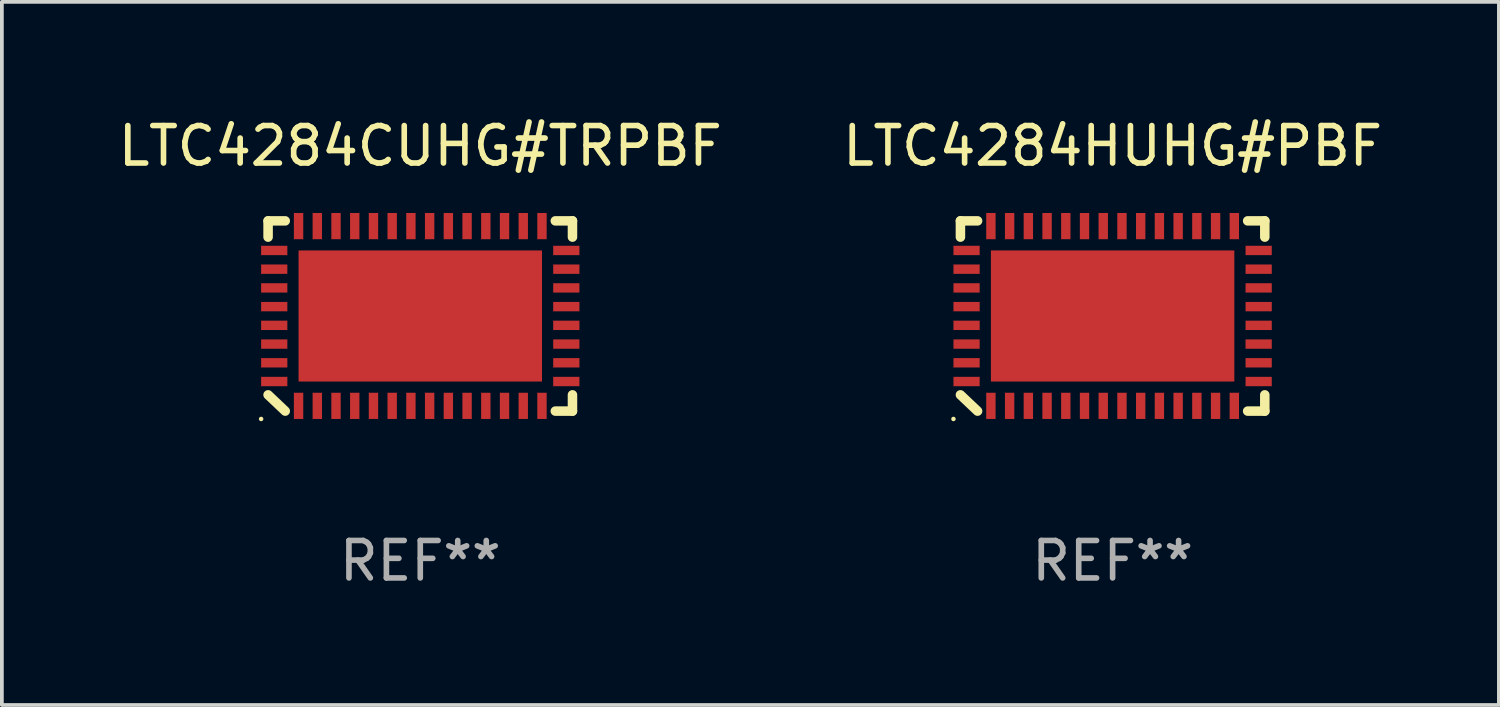
<source format=kicad_pcb>
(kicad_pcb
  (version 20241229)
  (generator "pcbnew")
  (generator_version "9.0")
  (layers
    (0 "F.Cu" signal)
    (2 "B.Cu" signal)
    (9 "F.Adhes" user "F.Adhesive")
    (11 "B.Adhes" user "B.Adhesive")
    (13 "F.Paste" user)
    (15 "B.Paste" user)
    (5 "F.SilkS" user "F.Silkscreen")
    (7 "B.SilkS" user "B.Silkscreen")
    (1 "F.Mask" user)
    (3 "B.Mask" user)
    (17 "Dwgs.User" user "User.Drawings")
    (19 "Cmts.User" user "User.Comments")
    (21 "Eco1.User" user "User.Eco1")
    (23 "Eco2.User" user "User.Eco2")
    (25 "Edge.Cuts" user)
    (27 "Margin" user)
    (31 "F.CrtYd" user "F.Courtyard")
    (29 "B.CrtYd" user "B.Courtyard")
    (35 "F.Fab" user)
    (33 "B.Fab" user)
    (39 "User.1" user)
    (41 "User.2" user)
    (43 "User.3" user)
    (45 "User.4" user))
  (footprint "LTC4284CUHG#TRPBF"
    (layer "F.Cu")
    (at 8.173 5.388)
    (property "Reference" "LTC4284CUHG#TRPBF" (at 0 -4.54 0) (layer "F.SilkS") (effects (font (size 1 1) (thickness 0.15))))
    (attr through_hole)
    (fp_line (start -4.064 -2.54) (end -3.606 -2.54) (stroke (width 0.254) (type solid)) (layer "F.SilkS"))
    (fp_line (start -4.064 -2.106) (end -4.064 -2.54) (stroke (width 0.254) (type solid)) (layer "F.SilkS"))
    (fp_line (start -3.606 2.54) (end -4.064 2.106) (stroke (width 0.254) (type solid)) (layer "F.SilkS"))
    (fp_line (start 3.606 -2.54) (end 4.064 -2.54) (stroke (width 0.254) (type solid)) (layer "F.SilkS"))
    (fp_line (start 4.064 -2.54) (end 4.064 -2.106) (stroke (width 0.254) (type solid)) (layer "F.SilkS"))
    (fp_line (start 4.064 2.106) (end 4.064 2.54) (stroke (width 0.254) (type solid)) (layer "F.SilkS"))
    (fp_line (start 4.064 2.54) (end 3.606 2.54) (stroke (width 0.254) (type solid)) (layer "F.SilkS"))
    (fp_circle (center -4.25 2.75) (end -4.22 2.75) (stroke (width 0.06) (type solid)) (fill no) (layer "F.SilkS"))
    (fp_text user "REF**" (at 0 6.54 0) (layer "F.Fab") (effects (font (size 1 1) (thickness 0.15))))
    (pad "1" smd rect (at -3.25 2.4) (size 0.25 0.7) (layers "F.Cu" "F.Mask" "F.Paste"))
    (pad "2" smd rect (at -2.75 2.4) (size 0.25 0.7) (layers "F.Cu" "F.Mask" "F.Paste"))
    (pad "3" smd rect (at -2.25 2.4) (size 0.25 0.7) (layers "F.Cu" "F.Mask" "F.Paste"))
    (pad "4" smd rect (at -1.75 2.4) (size 0.25 0.7) (layers "F.Cu" "F.Mask" "F.Paste"))
    (pad "5" smd rect (at -1.25 2.4) (size 0.25 0.7) (layers "F.Cu" "F.Mask" "F.Paste"))
    (pad "6" smd rect (at -0.75 2.4) (size 0.25 0.7) (layers "F.Cu" "F.Mask" "F.Paste"))
    (pad "7" smd rect (at -0.25 2.4) (size 0.25 0.7) (layers "F.Cu" "F.Mask" "F.Paste"))
    (pad "8" smd rect (at 0.25 2.4) (size 0.25 0.7) (layers "F.Cu" "F.Mask" "F.Paste"))
    (pad "9" smd rect (at 0.75 2.4) (size 0.25 0.7) (layers "F.Cu" "F.Mask" "F.Paste"))
    (pad "10" smd rect (at 1.25 2.4) (size 0.25 0.7) (layers "F.Cu" "F.Mask" "F.Paste"))
    (pad "11" smd rect (at 1.75 2.4) (size 0.25 0.7) (layers "F.Cu" "F.Mask" "F.Paste"))
    (pad "12" smd rect (at 2.25 2.4) (size 0.25 0.7) (layers "F.Cu" "F.Mask" "F.Paste"))
    (pad "13" smd rect (at 2.75 2.4) (size 0.25 0.7) (layers "F.Cu" "F.Mask" "F.Paste"))
    (pad "14" smd rect (at 3.25 2.4) (size 0.25 0.7) (layers "F.Cu" "F.Mask" "F.Paste"))
    (pad "15" smd rect (at 3.9 1.75 270) (size 0.25 0.7) (layers "F.Cu" "F.Mask" "F.Paste"))
    (pad "16" smd rect (at 3.9 1.25 270) (size 0.25 0.7) (layers "F.Cu" "F.Mask" "F.Paste"))
    (pad "17" smd rect (at 3.9 0.75 270) (size 0.25 0.7) (layers "F.Cu" "F.Mask" "F.Paste"))
    (pad "18" smd rect (at 3.9 0.25 270) (size 0.25 0.7) (layers "F.Cu" "F.Mask" "F.Paste"))
    (pad "19" smd rect (at 3.9 -0.25 270) (size 0.25 0.7) (layers "F.Cu" "F.Mask" "F.Paste"))
    (pad "20" smd rect (at 3.9 -0.75 270) (size 0.25 0.7) (layers "F.Cu" "F.Mask" "F.Paste"))
    (pad "21" smd rect (at 3.9 -1.25 270) (size 0.25 0.7) (layers "F.Cu" "F.Mask" "F.Paste"))
    (pad "22" smd rect (at 3.9 -1.75 270) (size 0.25 0.7) (layers "F.Cu" "F.Mask" "F.Paste"))
    (pad "23" smd rect (at 3.25 -2.4) (size 0.25 0.7) (layers "F.Cu" "F.Mask" "F.Paste"))
    (pad "24" smd rect (at 2.75 -2.4) (size 0.25 0.7) (layers "F.Cu" "F.Mask" "F.Paste"))
    (pad "25" smd rect (at 2.25 -2.4) (size 0.25 0.7) (layers "F.Cu" "F.Mask" "F.Paste"))
    (pad "26" smd rect (at 1.75 -2.4) (size 0.25 0.7) (layers "F.Cu" "F.Mask" "F.Paste"))
    (pad "27" smd rect (at 1.25 -2.4) (size 0.25 0.7) (layers "F.Cu" "F.Mask" "F.Paste"))
    (pad "28" smd rect (at 0.75 -2.4) (size 0.25 0.7) (layers "F.Cu" "F.Mask" "F.Paste"))
    (pad "29" smd rect (at 0.25 -2.4) (size 0.25 0.7) (layers "F.Cu" "F.Mask" "F.Paste"))
    (pad "30" smd rect (at -0.25 -2.4) (size 0.25 0.7) (layers "F.Cu" "F.Mask" "F.Paste"))
    (pad "31" smd rect (at -0.75 -2.4) (size 0.25 0.7) (layers "F.Cu" "F.Mask" "F.Paste"))
    (pad "32" smd rect (at -1.25 -2.4) (size 0.25 0.7) (layers "F.Cu" "F.Mask" "F.Paste"))
    (pad "33" smd rect (at -1.75 -2.4) (size 0.25 0.7) (layers "F.Cu" "F.Mask" "F.Paste"))
    (pad "34" smd rect (at -2.25 -2.4) (size 0.25 0.7) (layers "F.Cu" "F.Mask" "F.Paste"))
    (pad "35" smd rect (at -2.75 -2.4) (size 0.25 0.7) (layers "F.Cu" "F.Mask" "F.Paste"))
    (pad "36" smd rect (at -3.25 -2.4) (size 0.25 0.7) (layers "F.Cu" "F.Mask" "F.Paste"))
    (pad "37" smd rect (at -3.9 -1.75 270) (size 0.25 0.7) (layers "F.Cu" "F.Mask" "F.Paste"))
    (pad "38" smd rect (at -3.9 -1.25 270) (size 0.25 0.7) (layers "F.Cu" "F.Mask" "F.Paste"))
    (pad "39" smd rect (at -3.9 -0.75 270) (size 0.25 0.7) (layers "F.Cu" "F.Mask" "F.Paste"))
    (pad "40" smd rect (at -3.9 -0.25 270) (size 0.25 0.7) (layers "F.Cu" "F.Mask" "F.Paste"))
    (pad "41" smd rect (at -3.9 0.25 270) (size 0.25 0.7) (layers "F.Cu" "F.Mask" "F.Paste"))
    (pad "42" smd rect (at -3.9 0.75 270) (size 0.25 0.7) (layers "F.Cu" "F.Mask" "F.Paste"))
    (pad "43" smd rect (at -3.9 1.25 270) (size 0.25 0.7) (layers "F.Cu" "F.Mask" "F.Paste"))
    (pad "44" smd rect (at -3.9 1.75 270) (size 0.25 0.7) (layers "F.Cu" "F.Mask" "F.Paste"))
    (pad "45" smd rect (at 0 0 270) (size 3.5 6.5) (layers "F.Cu" "F.Mask" "F.Paste")))
  (footprint "LTC4284HUHG#PBF"
    (layer "F.Cu")
    (at 26.661 5.388)
    (property "Reference" "LTC4284HUHG#PBF" (at 0 -4.54 0) (layer "F.SilkS") (effects (font (size 1 1) (thickness 0.15))))
    (attr through_hole)
    (fp_line (start -4.064 -2.54) (end -3.606 -2.54) (stroke (width 0.254) (type solid)) (layer "F.SilkS"))
    (fp_line (start -4.064 -2.106) (end -4.064 -2.54) (stroke (width 0.254) (type solid)) (layer "F.SilkS"))
    (fp_line (start -3.606 2.54) (end -4.064 2.106) (stroke (width 0.254) (type solid)) (layer "F.SilkS"))
    (fp_line (start 3.606 -2.54) (end 4.064 -2.54) (stroke (width 0.254) (type solid)) (layer "F.SilkS"))
    (fp_line (start 4.064 -2.54) (end 4.064 -2.106) (stroke (width 0.254) (type solid)) (layer "F.SilkS"))
    (fp_line (start 4.064 2.106) (end 4.064 2.54) (stroke (width 0.254) (type solid)) (layer "F.SilkS"))
    (fp_line (start 4.064 2.54) (end 3.606 2.54) (stroke (width 0.254) (type solid)) (layer "F.SilkS"))
    (fp_circle (center -4.25 2.75) (end -4.22 2.75) (stroke (width 0.06) (type solid)) (fill no) (layer "F.SilkS"))
    (fp_text user "REF**" (at 0 6.54 0) (layer "F.Fab") (effects (font (size 1 1) (thickness 0.15))))
    (pad "1" smd rect (at -3.25 2.4) (size 0.25 0.7) (layers "F.Cu" "F.Mask" "F.Paste"))
    (pad "2" smd rect (at -2.75 2.4) (size 0.25 0.7) (layers "F.Cu" "F.Mask" "F.Paste"))
    (pad "3" smd rect (at -2.25 2.4) (size 0.25 0.7) (layers "F.Cu" "F.Mask" "F.Paste"))
    (pad "4" smd rect (at -1.75 2.4) (size 0.25 0.7) (layers "F.Cu" "F.Mask" "F.Paste"))
    (pad "5" smd rect (at -1.25 2.4) (size 0.25 0.7) (layers "F.Cu" "F.Mask" "F.Paste"))
    (pad "6" smd rect (at -0.75 2.4) (size 0.25 0.7) (layers "F.Cu" "F.Mask" "F.Paste"))
    (pad "7" smd rect (at -0.25 2.4) (size 0.25 0.7) (layers "F.Cu" "F.Mask" "F.Paste"))
    (pad "8" smd rect (at 0.25 2.4) (size 0.25 0.7) (layers "F.Cu" "F.Mask" "F.Paste"))
    (pad "9" smd rect (at 0.75 2.4) (size 0.25 0.7) (layers "F.Cu" "F.Mask" "F.Paste"))
    (pad "10" smd rect (at 1.25 2.4) (size 0.25 0.7) (layers "F.Cu" "F.Mask" "F.Paste"))
    (pad "11" smd rect (at 1.75 2.4) (size 0.25 0.7) (layers "F.Cu" "F.Mask" "F.Paste"))
    (pad "12" smd rect (at 2.25 2.4) (size 0.25 0.7) (layers "F.Cu" "F.Mask" "F.Paste"))
    (pad "13" smd rect (at 2.75 2.4) (size 0.25 0.7) (layers "F.Cu" "F.Mask" "F.Paste"))
    (pad "14" smd rect (at 3.25 2.4) (size 0.25 0.7) (layers "F.Cu" "F.Mask" "F.Paste"))
    (pad "15" smd rect (at 3.9 1.75 270) (size 0.25 0.7) (layers "F.Cu" "F.Mask" "F.Paste"))
    (pad "16" smd rect (at 3.9 1.25 270) (size 0.25 0.7) (layers "F.Cu" "F.Mask" "F.Paste"))
    (pad "17" smd rect (at 3.9 0.75 270) (size 0.25 0.7) (layers "F.Cu" "F.Mask" "F.Paste"))
    (pad "18" smd rect (at 3.9 0.25 270) (size 0.25 0.7) (layers "F.Cu" "F.Mask" "F.Paste"))
    (pad "19" smd rect (at 3.9 -0.25 270) (size 0.25 0.7) (layers "F.Cu" "F.Mask" "F.Paste"))
    (pad "20" smd rect (at 3.9 -0.75 270) (size 0.25 0.7) (layers "F.Cu" "F.Mask" "F.Paste"))
    (pad "21" smd rect (at 3.9 -1.25 270) (size 0.25 0.7) (layers "F.Cu" "F.Mask" "F.Paste"))
    (pad "22" smd rect (at 3.9 -1.75 270) (size 0.25 0.7) (layers "F.Cu" "F.Mask" "F.Paste"))
    (pad "23" smd rect (at 3.25 -2.4) (size 0.25 0.7) (layers "F.Cu" "F.Mask" "F.Paste"))
    (pad "24" smd rect (at 2.75 -2.4) (size 0.25 0.7) (layers "F.Cu" "F.Mask" "F.Paste"))
    (pad "25" smd rect (at 2.25 -2.4) (size 0.25 0.7) (layers "F.Cu" "F.Mask" "F.Paste"))
    (pad "26" smd rect (at 1.75 -2.4) (size 0.25 0.7) (layers "F.Cu" "F.Mask" "F.Paste"))
    (pad "27" smd rect (at 1.25 -2.4) (size 0.25 0.7) (layers "F.Cu" "F.Mask" "F.Paste"))
    (pad "28" smd rect (at 0.75 -2.4) (size 0.25 0.7) (layers "F.Cu" "F.Mask" "F.Paste"))
    (pad "29" smd rect (at 0.25 -2.4) (size 0.25 0.7) (layers "F.Cu" "F.Mask" "F.Paste"))
    (pad "30" smd rect (at -0.25 -2.4) (size 0.25 0.7) (layers "F.Cu" "F.Mask" "F.Paste"))
    (pad "31" smd rect (at -0.75 -2.4) (size 0.25 0.7) (layers "F.Cu" "F.Mask" "F.Paste"))
    (pad "32" smd rect (at -1.25 -2.4) (size 0.25 0.7) (layers "F.Cu" "F.Mask" "F.Paste"))
    (pad "33" smd rect (at -1.75 -2.4) (size 0.25 0.7) (layers "F.Cu" "F.Mask" "F.Paste"))
    (pad "34" smd rect (at -2.25 -2.4) (size 0.25 0.7) (layers "F.Cu" "F.Mask" "F.Paste"))
    (pad "35" smd rect (at -2.75 -2.4) (size 0.25 0.7) (layers "F.Cu" "F.Mask" "F.Paste"))
    (pad "36" smd rect (at -3.25 -2.4) (size 0.25 0.7) (layers "F.Cu" "F.Mask" "F.Paste"))
    (pad "37" smd rect (at -3.9 -1.75 270) (size 0.25 0.7) (layers "F.Cu" "F.Mask" "F.Paste"))
    (pad "38" smd rect (at -3.9 -1.25 270) (size 0.25 0.7) (layers "F.Cu" "F.Mask" "F.Paste"))
    (pad "39" smd rect (at -3.9 -0.75 270) (size 0.25 0.7) (layers "F.Cu" "F.Mask" "F.Paste"))
    (pad "40" smd rect (at -3.9 -0.25 270) (size 0.25 0.7) (layers "F.Cu" "F.Mask" "F.Paste"))
    (pad "41" smd rect (at -3.9 0.25 270) (size 0.25 0.7) (layers "F.Cu" "F.Mask" "F.Paste"))
    (pad "42" smd rect (at -3.9 0.75 270) (size 0.25 0.7) (layers "F.Cu" "F.Mask" "F.Paste"))
    (pad "43" smd rect (at -3.9 1.25 270) (size 0.25 0.7) (layers "F.Cu" "F.Mask" "F.Paste"))
    (pad "44" smd rect (at -3.9 1.75 270) (size 0.25 0.7) (layers "F.Cu" "F.Mask" "F.Paste"))
    (pad "45" smd rect (at 0 0 270) (size 3.5 6.5) (layers "F.Cu" "F.Mask" "F.Paste")))
  (gr_rect
    (start -3 -3)
    (end 36.976 15.777)
    (stroke (width 0.1) (type default))
    (fill no)
    (layer "Edge.Cuts")))
</source>
